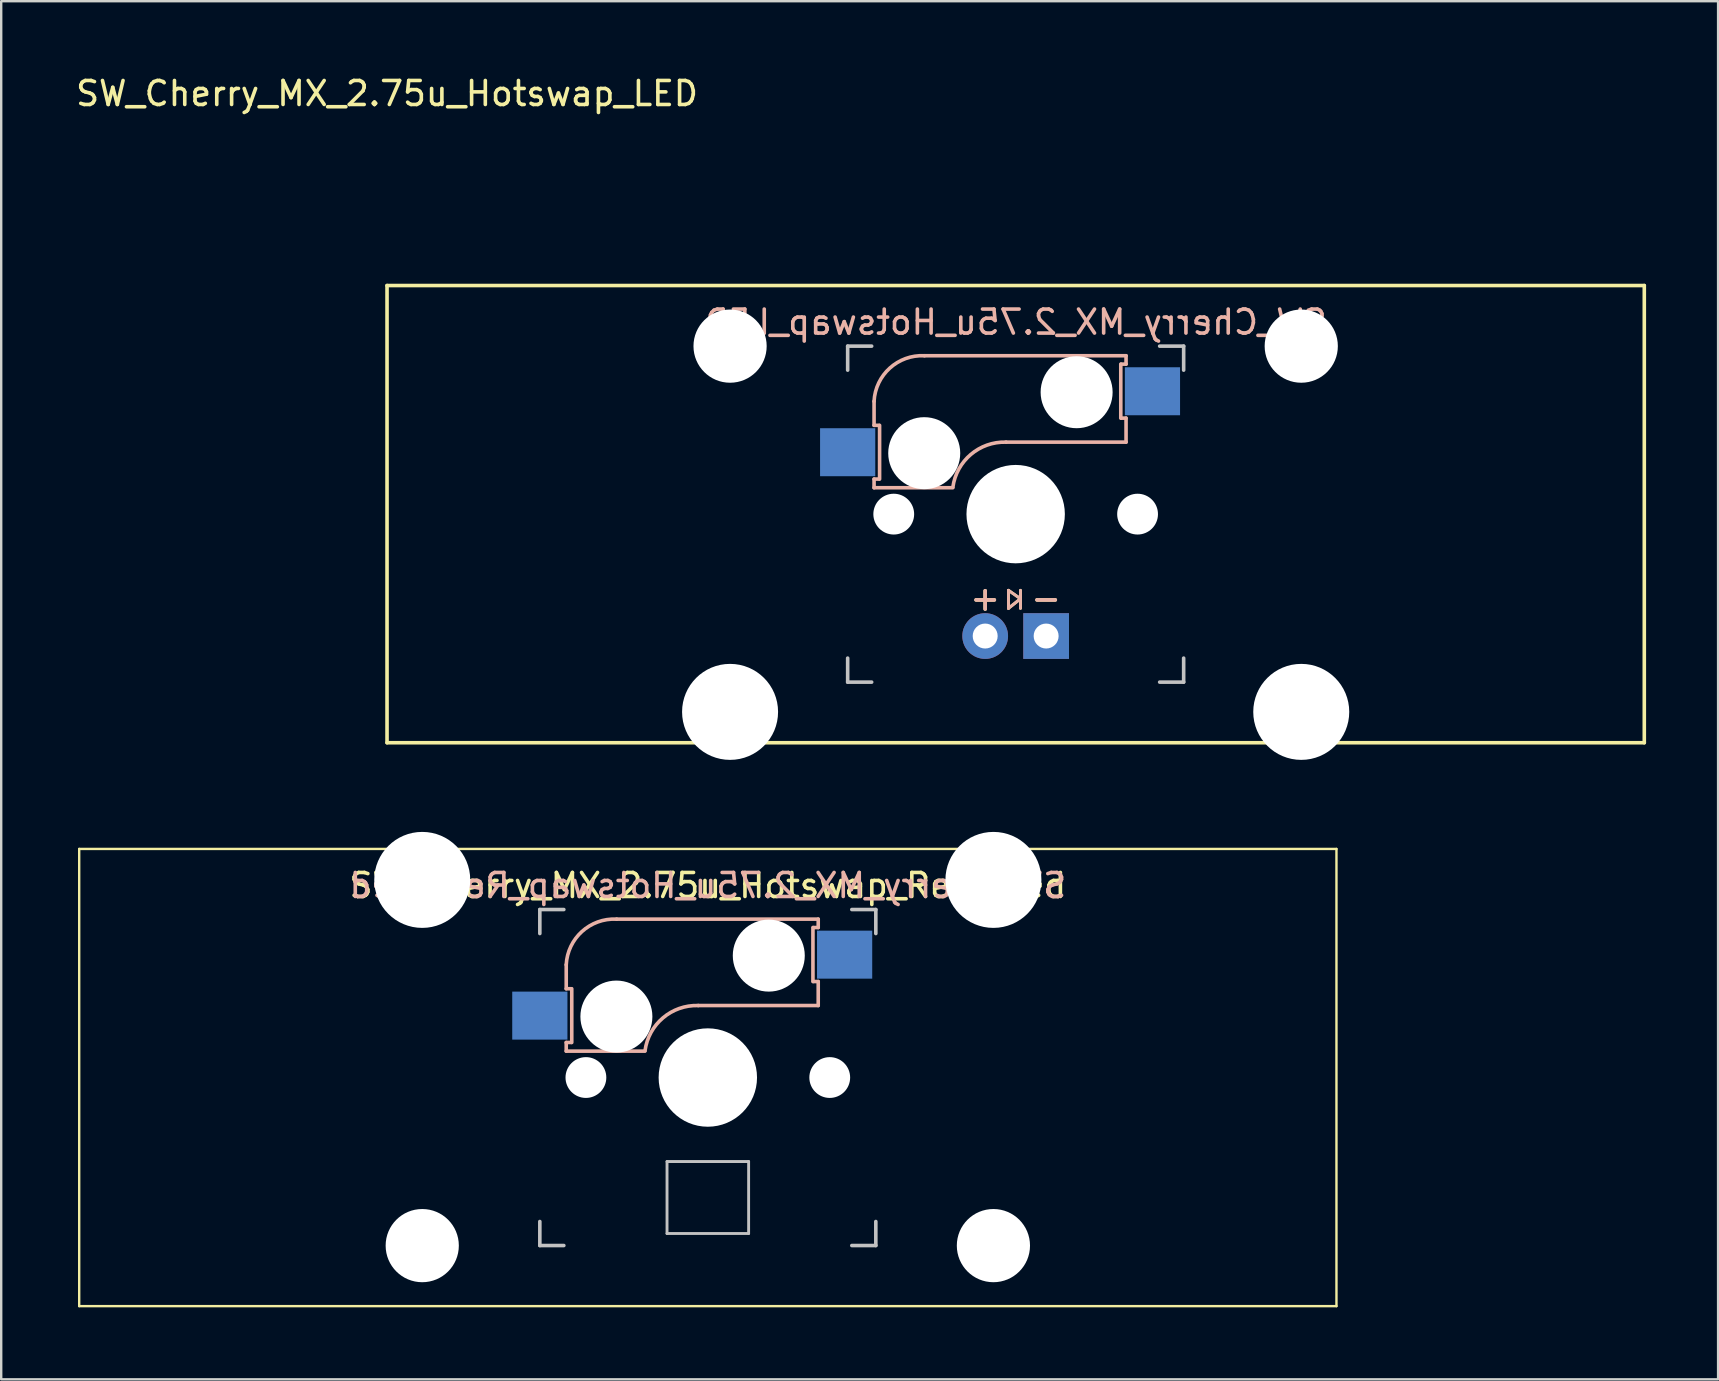
<source format=kicad_pcb>
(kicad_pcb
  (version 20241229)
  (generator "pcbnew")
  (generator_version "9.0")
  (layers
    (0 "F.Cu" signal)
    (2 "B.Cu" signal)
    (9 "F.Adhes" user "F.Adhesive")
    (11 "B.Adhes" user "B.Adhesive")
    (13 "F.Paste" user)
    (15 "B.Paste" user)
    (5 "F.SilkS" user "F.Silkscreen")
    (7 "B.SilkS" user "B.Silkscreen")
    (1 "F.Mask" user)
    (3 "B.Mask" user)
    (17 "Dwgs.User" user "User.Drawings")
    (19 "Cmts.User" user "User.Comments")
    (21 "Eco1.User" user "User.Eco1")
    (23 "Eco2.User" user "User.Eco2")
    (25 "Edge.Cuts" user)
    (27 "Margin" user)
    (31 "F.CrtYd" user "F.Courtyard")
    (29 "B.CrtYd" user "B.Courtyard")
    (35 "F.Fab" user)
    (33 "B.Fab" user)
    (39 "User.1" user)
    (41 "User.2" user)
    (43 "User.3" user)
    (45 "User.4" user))
  (footprint "SW_Cherry_MX_2.75u_Hotswap_Reversed"
    (layer "F.Cu")
    (at 0.25 32.324)
    (property "Reference" "SW_Cherry_MX_2.75u_Hotswap_Reversed" (at 26.194 1.525 0) (unlocked yes) (layer "F.SilkS") (effects (font (size 1 1) (thickness 0.15))))
    (attr smd)
    (fp_line (start 0 0) (end 52.388 0) (stroke (width 0.1) (type solid)) (layer "F.SilkS"))
    (fp_line (start 0 19.05) (end 0 0) (stroke (width 0.1) (type solid)) (layer "F.SilkS"))
    (fp_line (start 52.388 0) (end 52.388 19.05) (stroke (width 0.1) (type solid)) (layer "F.SilkS"))
    (fp_line (start 52.388 19.05) (end 0 19.05) (stroke (width 0.1) (type solid)) (layer "F.SilkS"))
    (fp_line (start 20.294 4.825) (end 20.294 5.825) (stroke (width 0.15) (type solid)) (layer "B.SilkS"))
    (fp_line (start 20.294 5.825) (end 20.494 5.825) (stroke (width 0.15) (type solid)) (layer "B.SilkS"))
    (fp_line (start 20.294 8.425) (end 20.294 8.065) (stroke (width 0.15) (type solid)) (layer "B.SilkS"))
    (fp_line (start 20.294 8.425) (end 23.574 8.425) (stroke (width 0.15) (type solid)) (layer "B.SilkS"))
    (fp_line (start 20.494 8.065) (end 20.294 8.065) (stroke (width 0.15) (type solid)) (layer "B.SilkS"))
    (fp_line (start 20.524 5.825) (end 20.524 8.065) (stroke (width 0.15) (type solid)) (layer "B.SilkS"))
    (fp_line (start 25.794 6.525) (end 30.794 6.525) (stroke (width 0.15) (type solid)) (layer "B.SilkS"))
    (fp_line (start 30.574 5.525) (end 30.574 3.275) (stroke (width 0.15) (type solid)) (layer "B.SilkS"))
    (fp_line (start 30.594 3.275) (end 30.794 3.275) (stroke (width 0.15) (type solid)) (layer "B.SilkS"))
    (fp_line (start 30.794 2.925) (end 22.394 2.925) (stroke (width 0.15) (type solid)) (layer "B.SilkS"))
    (fp_line (start 30.794 3.275) (end 30.794 2.925) (stroke (width 0.15) (type solid)) (layer "B.SilkS"))
    (fp_line (start 30.794 5.525) (end 30.594 5.525) (stroke (width 0.15) (type solid)) (layer "B.SilkS"))
    (fp_line (start 30.794 6.525) (end 30.794 5.525) (stroke (width 0.15) (type solid)) (layer "B.SilkS"))
    (fp_arc (start 20.29375 4.825001) (mid 20.950246 3.440076) (end 22.393749 2.925) (stroke (width 0.15) (type solid)) (layer "B.SilkS"))
    (fp_arc (start 23.577432 8.403529) (mid 24.325041 7.038882) (end 25.79375 6.525) (stroke (width 0.15) (type solid)) (layer "B.SilkS"))
    (fp_line (start 19.194 2.525) (end 20.194 2.525) (stroke (width 0.15) (type solid)) (layer "Dwgs.User"))
    (fp_line (start 19.194 3.525) (end 19.194 2.525) (stroke (width 0.15) (type solid)) (layer "Dwgs.User"))
    (fp_line (start 19.194 15.525) (end 19.194 16.525) (stroke (width 0.15) (type solid)) (layer "Dwgs.User"))
    (fp_line (start 19.194 16.525) (end 20.194 16.525) (stroke (width 0.15) (type solid)) (layer "Dwgs.User"))
    (fp_line (start 24.494 13.025) (end 27.894 13.025) (stroke (width 0.12) (type solid)) (layer "Dwgs.User"))
    (fp_line (start 24.494 16.025) (end 24.494 13.025) (stroke (width 0.12) (type solid)) (layer "Dwgs.User"))
    (fp_line (start 27.894 13.025) (end 27.894 16.025) (stroke (width 0.12) (type solid)) (layer "Dwgs.User"))
    (fp_line (start 27.894 16.025) (end 24.494 16.025) (stroke (width 0.12) (type solid)) (layer "Dwgs.User"))
    (fp_line (start 32.194 16.525) (end 33.194 16.525) (stroke (width 0.15) (type solid)) (layer "Dwgs.User"))
    (fp_line (start 33.194 2.525) (end 32.194 2.525) (stroke (width 0.15) (type solid)) (layer "Dwgs.User"))
    (fp_line (start 33.194 2.525) (end 33.194 3.525) (stroke (width 0.15) (type solid)) (layer "Dwgs.User"))
    (fp_line (start 33.194 16.525) (end 33.194 15.525) (stroke (width 0.15) (type solid)) (layer "Dwgs.User"))
    (fp_line (start 10.694 0.475) (end 10.694 15.575) (stroke (width 0.05) (type solid)) (layer "Eco1.User"))
    (fp_line (start 17.694 0.475) (end 10.694 0.475) (stroke (width 0.05) (type solid)) (layer "Eco1.User"))
    (fp_line (start 17.694 0.475) (end 17.694 2.475) (stroke (width 0.05) (type solid)) (layer "Eco1.User"))
    (fp_line (start 19.144 15.575) (end 10.694 15.575) (stroke (width 0.05) (type solid)) (layer "Eco1.User"))
    (fp_line (start 19.144 16.575) (end 19.144 15.575) (stroke (width 0.05) (type solid)) (layer "Eco1.User"))
    (fp_line (start 26.194 2.475) (end 17.694 2.475) (stroke (width 0.05) (type default)) (layer "Eco1.User"))
    (fp_line (start 26.194 2.475) (end 34.694 2.475) (stroke (width 0.05) (type solid)) (layer "Eco1.User"))
    (fp_line (start 33.244 16.575) (end 19.144 16.575) (stroke (width 0.05) (type solid)) (layer "Eco1.User"))
    (fp_line (start 33.244 16.575) (end 33.244 15.575) (stroke (width 0.05) (type solid)) (layer "Eco1.User"))
    (fp_line (start 34.694 0.475) (end 41.694 0.475) (stroke (width 0.05) (type solid)) (layer "Eco1.User"))
    (fp_line (start 34.694 2.475) (end 34.694 0.475) (stroke (width 0.05) (type solid)) (layer "Eco1.User"))
    (fp_line (start 41.694 0.475) (end 41.694 15.575) (stroke (width 0.05) (type solid)) (layer "Eco1.User"))
    (fp_line (start 41.694 15.575) (end 33.244 15.575) (stroke (width 0.05) (type solid)) (layer "Eco1.User"))
    (fp_text user "${REFERENCE}" (at 26.194 1.525 0) (layer "B.SilkS") (effects (font (size 1 1) (thickness 0.15)) (justify mirror)))
    (pad "" np_thru_hole circle (at 14.294 1.29 180) (size 4 4) (drill 4) (layers "*.Cu" "*.Mask"))
    (pad "" np_thru_hole circle (at 14.294 16.529 180) (size 3.05 3.05) (drill 3.05) (layers "*.Cu" "*.Mask"))
    (pad "" np_thru_hole circle (at 21.114 9.525) (size 1.7 1.7) (drill 1.7) (layers "*.Cu" "*.Mask"))
    (pad "" np_thru_hole circle (at 22.384 6.985 180) (size 3 3) (drill 3) (layers "*.Cu" "*.Mask"))
    (pad "" np_thru_hole circle (at 26.194 9.525 90) (size 4.1 4.1) (drill 4.1) (layers "*.Cu" "*.Mask"))
    (pad "" np_thru_hole circle (at 28.734 4.445 180) (size 3 3) (drill 3) (layers "*.Cu" "*.Mask"))
    (pad "" np_thru_hole circle (at 31.274 9.525) (size 1.7 1.7) (drill 1.7) (layers "*.Cu" "*.Mask"))
    (pad "" np_thru_hole circle (at 38.094 1.29 180) (size 4 4) (drill 4) (layers "*.Cu" "*.Mask"))
    (pad "" np_thru_hole circle (at 38.094 16.529 180) (size 3.05 3.05) (drill 3.05) (layers "*.Cu" "*.Mask"))
    (pad "1" smd rect (at 19.194 6.945 180) (size 2.3 2) (layers "B.Cu" "B.Mask" "B.Paste"))
    (pad "2" smd rect (at 31.894 4.405 180) (size 2.3 2) (layers "B.Cu" "B.Mask" "B.Paste")))
  (footprint "SW_Cherry_MX_2.75u_Hotswap_LED"
    (layer "F.Cu")
    (at 13.077 8.848)
    (property "Reference" "SW_Cherry_MX_2.75u_Hotswap_LED" (at 0 -8 0) (unlocked yes) (layer "F.SilkS") (effects (font (size 1 1) (thickness 0.15))))
    (attr through_hole)
    (fp_line (start 0 0) (end 52.388 0) (stroke (width 0.15) (type solid)) (layer "F.SilkS"))
    (fp_line (start 0 19.05) (end 0 0) (stroke (width 0.15) (type solid)) (layer "F.SilkS"))
    (fp_line (start 25.894 12.7) (end 25.894 13.45) (stroke (width 0.12) (type solid)) (layer "F.SilkS"))
    (fp_line (start 25.894 13.45) (end 26.394 13.05) (stroke (width 0.12) (type solid)) (layer "F.SilkS"))
    (fp_line (start 26.394 12.7) (end 26.394 13.45) (stroke (width 0.12) (type solid)) (layer "F.SilkS"))
    (fp_line (start 26.394 13.05) (end 25.894 12.7) (stroke (width 0.12) (type solid)) (layer "F.SilkS"))
    (fp_line (start 52.388 0) (end 52.388 19.05) (stroke (width 0.15) (type solid)) (layer "F.SilkS"))
    (fp_line (start 52.388 19.05) (end 0 19.05) (stroke (width 0.15) (type solid)) (layer "F.SilkS"))
    (fp_line (start 20.294 4.825) (end 20.294 5.825) (stroke (width 0.15) (type solid)) (layer "B.SilkS"))
    (fp_line (start 20.294 5.825) (end 20.494 5.825) (stroke (width 0.15) (type solid)) (layer "B.SilkS"))
    (fp_line (start 20.294 8.425) (end 20.294 8.065) (stroke (width 0.15) (type solid)) (layer "B.SilkS"))
    (fp_line (start 20.294 8.425) (end 23.574 8.425) (stroke (width 0.15) (type solid)) (layer "B.SilkS"))
    (fp_line (start 20.494 8.065) (end 20.294 8.065) (stroke (width 0.15) (type solid)) (layer "B.SilkS"))
    (fp_line (start 20.524 5.825) (end 20.524 8.065) (stroke (width 0.15) (type solid)) (layer "B.SilkS"))
    (fp_line (start 25.794 6.525) (end 30.794 6.525) (stroke (width 0.15) (type solid)) (layer "B.SilkS"))
    (fp_line (start 25.894 12.7) (end 25.894 13.45) (stroke (width 0.12) (type solid)) (layer "B.SilkS"))
    (fp_line (start 25.894 13.45) (end 26.394 13.05) (stroke (width 0.12) (type solid)) (layer "B.SilkS"))
    (fp_line (start 26.394 12.7) (end 26.394 13.45) (stroke (width 0.12) (type solid)) (layer "B.SilkS"))
    (fp_line (start 26.394 13.05) (end 25.894 12.7) (stroke (width 0.12) (type solid)) (layer "B.SilkS"))
    (fp_line (start 30.574 5.525) (end 30.574 3.275) (stroke (width 0.15) (type solid)) (layer "B.SilkS"))
    (fp_line (start 30.594 3.275) (end 30.794 3.275) (stroke (width 0.15) (type solid)) (layer "B.SilkS"))
    (fp_line (start 30.794 2.925) (end 22.394 2.925) (stroke (width 0.15) (type solid)) (layer "B.SilkS"))
    (fp_line (start 30.794 3.275) (end 30.794 2.925) (stroke (width 0.15) (type solid)) (layer "B.SilkS"))
    (fp_line (start 30.794 5.525) (end 30.594 5.525) (stroke (width 0.15) (type solid)) (layer "B.SilkS"))
    (fp_line (start 30.794 6.525) (end 30.794 5.525) (stroke (width 0.15) (type solid)) (layer "B.SilkS"))
    (fp_arc (start 20.29375 4.825001) (mid 20.950246 3.440076) (end 22.393749 2.925) (stroke (width 0.15) (type solid)) (layer "B.SilkS"))
    (fp_arc (start 23.577432 8.403529) (mid 24.325041 7.038882) (end 25.79375 6.525) (stroke (width 0.15) (type solid)) (layer "B.SilkS"))
    (fp_line (start 19.194 2.525) (end 20.194 2.525) (stroke (width 0.15) (type solid)) (layer "Dwgs.User"))
    (fp_line (start 19.194 3.525) (end 19.194 2.525) (stroke (width 0.15) (type solid)) (layer "Dwgs.User"))
    (fp_line (start 19.194 15.525) (end 19.194 16.525) (stroke (width 0.15) (type solid)) (layer "Dwgs.User"))
    (fp_line (start 19.194 16.525) (end 20.194 16.525) (stroke (width 0.15) (type solid)) (layer "Dwgs.User"))
    (fp_line (start 32.194 16.525) (end 33.194 16.525) (stroke (width 0.15) (type solid)) (layer "Dwgs.User"))
    (fp_line (start 33.194 2.525) (end 32.194 2.525) (stroke (width 0.15) (type solid)) (layer "Dwgs.User"))
    (fp_line (start 33.194 2.525) (end 33.194 3.525) (stroke (width 0.15) (type solid)) (layer "Dwgs.User"))
    (fp_line (start 33.194 16.525) (end 33.194 15.525) (stroke (width 0.15) (type solid)) (layer "Dwgs.User"))
    (fp_line (start 10.694 3.475) (end 19.144 3.475) (stroke (width 0.05) (type solid)) (layer "Eco1.User"))
    (fp_line (start 10.694 18.575) (end 10.694 3.475) (stroke (width 0.05) (type solid)) (layer "Eco1.User"))
    (fp_line (start 17.694 16.575) (end 17.694 18.575) (stroke (width 0.05) (type solid)) (layer "Eco1.User"))
    (fp_line (start 17.694 18.575) (end 10.694 18.575) (stroke (width 0.05) (type solid)) (layer "Eco1.User"))
    (fp_line (start 19.144 2.475) (end 19.144 3.475) (stroke (width 0.05) (type solid)) (layer "Eco1.User"))
    (fp_line (start 19.144 2.475) (end 33.244 2.475) (stroke (width 0.05) (type solid)) (layer "Eco1.User"))
    (fp_line (start 26.194 16.575) (end 17.694 16.575) (stroke (width 0.05) (type solid)) (layer "Eco1.User"))
    (fp_line (start 26.194 16.575) (end 34.694 16.575) (stroke (width 0.05) (type default)) (layer "Eco1.User"))
    (fp_line (start 33.244 2.475) (end 33.244 3.475) (stroke (width 0.05) (type solid)) (layer "Eco1.User"))
    (fp_line (start 33.244 3.475) (end 41.694 3.475) (stroke (width 0.05) (type solid)) (layer "Eco1.User"))
    (fp_line (start 34.694 18.575) (end 34.694 16.575) (stroke (width 0.05) (type solid)) (layer "Eco1.User"))
    (fp_line (start 34.694 18.575) (end 41.694 18.575) (stroke (width 0.05) (type solid)) (layer "Eco1.User"))
    (fp_line (start 41.694 18.575) (end 41.694 3.475) (stroke (width 0.05) (type solid)) (layer "Eco1.User"))
    (fp_text user "+" (at 24.924 13.025 0) (layer "F.SilkS") (effects (font (size 1 1) (thickness 0.15))))
    (fp_text user "-" (at 27.464 13.025 0) (layer "F.SilkS") (effects (font (size 1 1) (thickness 0.15))))
    (fp_text user "+" (at 24.924 13.025 0) (layer "B.SilkS") (effects (font (size 1 1) (thickness 0.15))))
    (fp_text user "-" (at 27.464 13.025 0) (layer "B.SilkS") (effects (font (size 1 1) (thickness 0.15))))
    (fp_text user "${REFERENCE}" (at 26.194 1.525 0) (layer "B.SilkS") (effects (font (size 1 1) (thickness 0.15)) (justify mirror)))
    (pad "" np_thru_hole circle (at 14.294 2.525) (size 3.05 3.05) (drill 3.05) (layers "*.Cu" "*.Mask"))
    (pad "" np_thru_hole circle (at 14.294 17.765) (size 4 4) (drill 4) (layers "*.Cu" "*.Mask"))
    (pad "" np_thru_hole circle (at 21.114 9.525) (size 1.7 1.7) (drill 1.7) (layers "*.Cu" "*.Mask"))
    (pad "" np_thru_hole circle (at 22.384 6.985 180) (size 3 3) (drill 3) (layers "*.Cu" "*.Mask"))
    (pad "" np_thru_hole circle (at 26.194 9.525 90) (size 4.1 4.1) (drill 4.1) (layers "*.Cu" "*.Mask"))
    (pad "" np_thru_hole circle (at 28.734 4.445 180) (size 3 3) (drill 3) (layers "*.Cu" "*.Mask"))
    (pad "" np_thru_hole circle (at 31.274 9.525) (size 1.7 1.7) (drill 1.7) (layers "*.Cu" "*.Mask"))
    (pad "" np_thru_hole circle (at 38.094 2.525) (size 3.05 3.05) (drill 3.05) (layers "*.Cu" "*.Mask"))
    (pad "" np_thru_hole circle (at 38.094 17.765) (size 4 4) (drill 4) (layers "*.Cu" "*.Mask"))
    (pad "1" smd rect (at 19.194 6.945 180) (size 2.3 2) (layers "B.Cu" "B.Mask" "B.Paste"))
    (pad "2" smd rect (at 31.894 4.405 180) (size 2.3 2) (layers "B.Cu" "B.Mask" "B.Paste"))
    (pad "3" thru_hole circle (at 24.924 14.605) (size 1.905 1.905) (drill 1.04) (layers "*.Cu" "*.Mask"))
    (pad "4" thru_hole rect (at 27.464 14.605) (size 1.905 1.905) (drill 1.04) (layers "*.Cu" "*.Mask")))
  (gr_rect
    (start -3 -3)
    (end 68.54 54.424)
    (stroke (width 0.1) (type default))
    (fill no)
    (layer "Edge.Cuts")))
</source>
